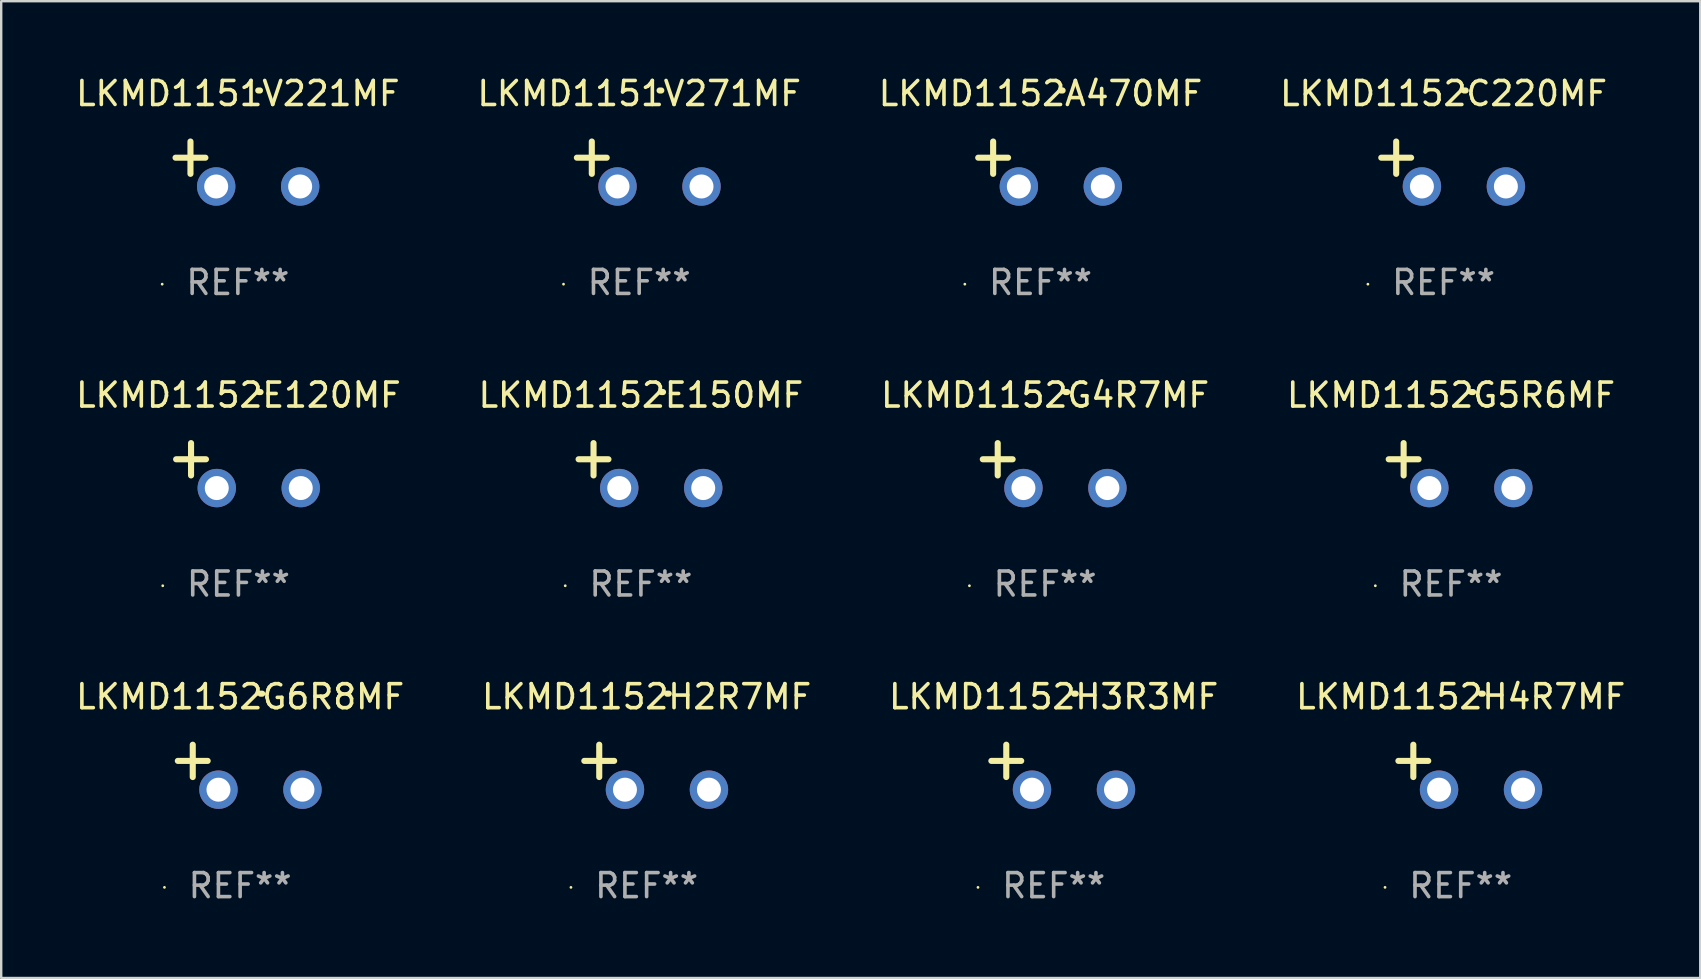
<source format=kicad_pcb>
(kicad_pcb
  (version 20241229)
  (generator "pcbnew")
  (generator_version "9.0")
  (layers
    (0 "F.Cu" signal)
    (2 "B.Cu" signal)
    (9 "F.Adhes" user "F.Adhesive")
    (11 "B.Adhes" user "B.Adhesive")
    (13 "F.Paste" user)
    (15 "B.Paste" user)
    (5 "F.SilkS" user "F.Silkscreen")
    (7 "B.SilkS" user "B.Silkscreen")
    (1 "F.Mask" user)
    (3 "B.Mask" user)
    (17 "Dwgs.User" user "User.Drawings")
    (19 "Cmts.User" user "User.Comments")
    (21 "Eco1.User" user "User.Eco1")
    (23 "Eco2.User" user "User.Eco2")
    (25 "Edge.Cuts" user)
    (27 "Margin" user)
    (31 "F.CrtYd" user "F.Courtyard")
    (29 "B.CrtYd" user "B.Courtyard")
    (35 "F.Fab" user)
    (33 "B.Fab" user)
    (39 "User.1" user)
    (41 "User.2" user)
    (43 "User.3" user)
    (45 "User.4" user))
  (footprint "LKMD1152A470MF"
    (layer "F.Cu")
    (at 40.315 3.785)
    (property "Reference" "LKMD1152A470MF" (at 0 -2.937 0) (layer "F.SilkS") (effects (font (size 1 1) (thickness 0.15))))
    (attr through_hole)
    (fp_line (start -1.975 0.41) (end -1.975 -0.937) (stroke (width 0.254) (type solid)) (layer "F.SilkS"))
    (fp_line (start -1.353 -0.263) (end -2.597 -0.263) (stroke (width 0.254) (type solid)) (layer "F.SilkS"))
    (fp_arc (start 0.849809 -3.063957) (mid 0.885369 -3.064114) (end 0.920929 -3.063957) (stroke (width 0.254001) (type solid)) (layer "F.SilkS"))
    (fp_circle (center -3.154 5.008) (end -3.124 5.008) (stroke (width 0.06) (type solid)) (fill no) (layer "F.SilkS"))
    (fp_text user "REF**" (at 0 4.937 0) (layer "F.Fab") (effects (font (size 1 1) (thickness 0.15))))
    (pad "1" thru_hole circle (at -0.903 0.937) (size 1.6 1.6) (drill 1) (layers "*.Cu" "*.Mask"))
    (pad "2" thru_hole circle (at 2.597 0.937) (size 1.6 1.6) (drill 1) (layers "*.Cu" "*.Mask")))
  (footprint "LKMD1152G5R6MF"
    (layer "F.Cu")
    (at 57.423 16.354)
    (property "Reference" "LKMD1152G5R6MF" (at 0 -2.937 0) (layer "F.SilkS") (effects (font (size 1 1) (thickness 0.15))))
    (attr through_hole)
    (fp_line (start -1.975 0.41) (end -1.975 -0.937) (stroke (width 0.254) (type solid)) (layer "F.SilkS"))
    (fp_line (start -1.353 -0.263) (end -2.597 -0.263) (stroke (width 0.254) (type solid)) (layer "F.SilkS"))
    (fp_arc (start 0.849809 -3.063957) (mid 0.885369 -3.064114) (end 0.920929 -3.063957) (stroke (width 0.254001) (type solid)) (layer "F.SilkS"))
    (fp_circle (center -3.154 5.008) (end -3.124 5.008) (stroke (width 0.06) (type solid)) (fill no) (layer "F.SilkS"))
    (fp_text user "REF**" (at 0 4.937 0) (layer "F.Fab") (effects (font (size 1 1) (thickness 0.15))))
    (pad "1" thru_hole circle (at -0.903 0.937) (size 1.6 1.6) (drill 1) (layers "*.Cu" "*.Mask"))
    (pad "2" thru_hole circle (at 2.597 0.937) (size 1.6 1.6) (drill 1) (layers "*.Cu" "*.Mask")))
  (footprint "LKMD1152E120MF"
    (layer "F.Cu")
    (at 6.887 16.354)
    (property "Reference" "LKMD1152E120MF" (at 0 -2.937 0) (layer "F.SilkS") (effects (font (size 1 1) (thickness 0.15))))
    (attr through_hole)
    (fp_line (start -1.975 0.41) (end -1.975 -0.937) (stroke (width 0.254) (type solid)) (layer "F.SilkS"))
    (fp_line (start -1.353 -0.263) (end -2.597 -0.263) (stroke (width 0.254) (type solid)) (layer "F.SilkS"))
    (fp_arc (start 0.849809 -3.063957) (mid 0.885369 -3.064114) (end 0.920929 -3.063957) (stroke (width 0.254001) (type solid)) (layer "F.SilkS"))
    (fp_circle (center -3.154 5.008) (end -3.124 5.008) (stroke (width 0.06) (type solid)) (fill no) (layer "F.SilkS"))
    (fp_text user "REF**" (at 0 4.937 0) (layer "F.Fab") (effects (font (size 1 1) (thickness 0.15))))
    (pad "1" thru_hole circle (at -0.903 0.937) (size 1.6 1.6) (drill 1) (layers "*.Cu" "*.Mask"))
    (pad "2" thru_hole circle (at 2.597 0.937) (size 1.6 1.6) (drill 1) (layers "*.Cu" "*.Mask")))
  (footprint "LKMD1152H3R3MF"
    (layer "F.Cu")
    (at 40.863 28.924)
    (property "Reference" "LKMD1152H3R3MF" (at 0 -2.937 0) (layer "F.SilkS") (effects (font (size 1 1) (thickness 0.15))))
    (attr through_hole)
    (fp_line (start -1.975 0.41) (end -1.975 -0.937) (stroke (width 0.254) (type solid)) (layer "F.SilkS"))
    (fp_line (start -1.353 -0.263) (end -2.597 -0.263) (stroke (width 0.254) (type solid)) (layer "F.SilkS"))
    (fp_arc (start 0.849809 -3.063957) (mid 0.885369 -3.064114) (end 0.920929 -3.063957) (stroke (width 0.254001) (type solid)) (layer "F.SilkS"))
    (fp_circle (center -3.154 5.008) (end -3.124 5.008) (stroke (width 0.06) (type solid)) (fill no) (layer "F.SilkS"))
    (fp_text user "REF**" (at 0 4.937 0) (layer "F.Fab") (effects (font (size 1 1) (thickness 0.15))))
    (pad "1" thru_hole circle (at -0.903 0.937) (size 1.6 1.6) (drill 1) (layers "*.Cu" "*.Mask"))
    (pad "2" thru_hole circle (at 2.597 0.937) (size 1.6 1.6) (drill 1) (layers "*.Cu" "*.Mask")))
  (footprint "LKMD1152H2R7MF"
    (layer "F.Cu")
    (at 23.899 28.924)
    (property "Reference" "LKMD1152H2R7MF" (at 0 -2.937 0) (layer "F.SilkS") (effects (font (size 1 1) (thickness 0.15))))
    (attr through_hole)
    (fp_line (start -1.975 0.41) (end -1.975 -0.937) (stroke (width 0.254) (type solid)) (layer "F.SilkS"))
    (fp_line (start -1.353 -0.263) (end -2.597 -0.263) (stroke (width 0.254) (type solid)) (layer "F.SilkS"))
    (fp_arc (start 0.849809 -3.063957) (mid 0.885369 -3.064114) (end 0.920929 -3.063957) (stroke (width 0.254001) (type solid)) (layer "F.SilkS"))
    (fp_circle (center -3.154 5.008) (end -3.124 5.008) (stroke (width 0.06) (type solid)) (fill no) (layer "F.SilkS"))
    (fp_text user "REF**" (at 0 4.937 0) (layer "F.Fab") (effects (font (size 1 1) (thickness 0.15))))
    (pad "1" thru_hole circle (at -0.903 0.937) (size 1.6 1.6) (drill 1) (layers "*.Cu" "*.Mask"))
    (pad "2" thru_hole circle (at 2.597 0.937) (size 1.6 1.6) (drill 1) (layers "*.Cu" "*.Mask")))
  (footprint "LKMD1151V221MF"
    (layer "F.Cu")
    (at 6.863 3.785)
    (property "Reference" "LKMD1151V221MF" (at 0 -2.937 0) (layer "F.SilkS") (effects (font (size 1 1) (thickness 0.15))))
    (attr through_hole)
    (fp_line (start -1.975 0.41) (end -1.975 -0.937) (stroke (width 0.254) (type solid)) (layer "F.SilkS"))
    (fp_line (start -1.353 -0.263) (end -2.597 -0.263) (stroke (width 0.254) (type solid)) (layer "F.SilkS"))
    (fp_arc (start 0.849809 -3.063957) (mid 0.885369 -3.064114) (end 0.920929 -3.063957) (stroke (width 0.254001) (type solid)) (layer "F.SilkS"))
    (fp_circle (center -3.154 5.008) (end -3.124 5.008) (stroke (width 0.06) (type solid)) (fill no) (layer "F.SilkS"))
    (fp_text user "REF**" (at 0 4.937 0) (layer "F.Fab") (effects (font (size 1 1) (thickness 0.15))))
    (pad "1" thru_hole circle (at -0.903 0.937) (size 1.6 1.6) (drill 1) (layers "*.Cu" "*.Mask"))
    (pad "2" thru_hole circle (at 2.597 0.937) (size 1.6 1.6) (drill 1) (layers "*.Cu" "*.Mask")))
  (footprint "LKMD1152C220MF"
    (layer "F.Cu")
    (at 57.113 3.785)
    (property "Reference" "LKMD1152C220MF" (at 0 -2.937 0) (layer "F.SilkS") (effects (font (size 1 1) (thickness 0.15))))
    (attr through_hole)
    (fp_line (start -1.975 0.41) (end -1.975 -0.937) (stroke (width 0.254) (type solid)) (layer "F.SilkS"))
    (fp_line (start -1.353 -0.263) (end -2.597 -0.263) (stroke (width 0.254) (type solid)) (layer "F.SilkS"))
    (fp_arc (start 0.849809 -3.063957) (mid 0.885369 -3.064114) (end 0.920929 -3.063957) (stroke (width 0.254001) (type solid)) (layer "F.SilkS"))
    (fp_circle (center -3.154 5.008) (end -3.124 5.008) (stroke (width 0.06) (type solid)) (fill no) (layer "F.SilkS"))
    (fp_text user "REF**" (at 0 4.937 0) (layer "F.Fab") (effects (font (size 1 1) (thickness 0.15))))
    (pad "1" thru_hole circle (at -0.903 0.937) (size 1.6 1.6) (drill 1) (layers "*.Cu" "*.Mask"))
    (pad "2" thru_hole circle (at 2.597 0.937) (size 1.6 1.6) (drill 1) (layers "*.Cu" "*.Mask")))
  (footprint "LKMD1152E150MF"
    (layer "F.Cu")
    (at 23.661 16.354)
    (property "Reference" "LKMD1152E150MF" (at 0 -2.937 0) (layer "F.SilkS") (effects (font (size 1 1) (thickness 0.15))))
    (attr through_hole)
    (fp_line (start -1.975 0.41) (end -1.975 -0.937) (stroke (width 0.254) (type solid)) (layer "F.SilkS"))
    (fp_line (start -1.353 -0.263) (end -2.597 -0.263) (stroke (width 0.254) (type solid)) (layer "F.SilkS"))
    (fp_arc (start 0.849809 -3.063957) (mid 0.885369 -3.064114) (end 0.920929 -3.063957) (stroke (width 0.254001) (type solid)) (layer "F.SilkS"))
    (fp_circle (center -3.154 5.008) (end -3.124 5.008) (stroke (width 0.06) (type solid)) (fill no) (layer "F.SilkS"))
    (fp_text user "REF**" (at 0 4.937 0) (layer "F.Fab") (effects (font (size 1 1) (thickness 0.15))))
    (pad "1" thru_hole circle (at -0.903 0.937) (size 1.6 1.6) (drill 1) (layers "*.Cu" "*.Mask"))
    (pad "2" thru_hole circle (at 2.597 0.937) (size 1.6 1.6) (drill 1) (layers "*.Cu" "*.Mask")))
  (footprint "LKMD1152H4R7MF"
    (layer "F.Cu")
    (at 57.827 28.924)
    (property "Reference" "LKMD1152H4R7MF" (at 0 -2.937 0) (layer "F.SilkS") (effects (font (size 1 1) (thickness 0.15))))
    (attr through_hole)
    (fp_line (start -1.975 0.41) (end -1.975 -0.937) (stroke (width 0.254) (type solid)) (layer "F.SilkS"))
    (fp_line (start -1.353 -0.263) (end -2.597 -0.263) (stroke (width 0.254) (type solid)) (layer "F.SilkS"))
    (fp_arc (start 0.849809 -3.063957) (mid 0.885369 -3.064114) (end 0.920929 -3.063957) (stroke (width 0.254001) (type solid)) (layer "F.SilkS"))
    (fp_circle (center -3.154 5.008) (end -3.124 5.008) (stroke (width 0.06) (type solid)) (fill no) (layer "F.SilkS"))
    (fp_text user "REF**" (at 0 4.937 0) (layer "F.Fab") (effects (font (size 1 1) (thickness 0.15))))
    (pad "1" thru_hole circle (at -0.903 0.937) (size 1.6 1.6) (drill 1) (layers "*.Cu" "*.Mask"))
    (pad "2" thru_hole circle (at 2.597 0.937) (size 1.6 1.6) (drill 1) (layers "*.Cu" "*.Mask")))
  (footprint "LKMD1152G6R8MF"
    (layer "F.Cu")
    (at 6.958 28.924)
    (property "Reference" "LKMD1152G6R8MF" (at 0 -2.937 0) (layer "F.SilkS") (effects (font (size 1 1) (thickness 0.15))))
    (attr through_hole)
    (fp_line (start -1.975 0.41) (end -1.975 -0.937) (stroke (width 0.254) (type solid)) (layer "F.SilkS"))
    (fp_line (start -1.353 -0.263) (end -2.597 -0.263) (stroke (width 0.254) (type solid)) (layer "F.SilkS"))
    (fp_arc (start 0.849809 -3.063957) (mid 0.885369 -3.064114) (end 0.920929 -3.063957) (stroke (width 0.254001) (type solid)) (layer "F.SilkS"))
    (fp_circle (center -3.154 5.008) (end -3.124 5.008) (stroke (width 0.06) (type solid)) (fill no) (layer "F.SilkS"))
    (fp_text user "REF**" (at 0 4.937 0) (layer "F.Fab") (effects (font (size 1 1) (thickness 0.15))))
    (pad "1" thru_hole circle (at -0.903 0.937) (size 1.6 1.6) (drill 1) (layers "*.Cu" "*.Mask"))
    (pad "2" thru_hole circle (at 2.597 0.937) (size 1.6 1.6) (drill 1) (layers "*.Cu" "*.Mask")))
  (footprint "LKMD1152G4R7MF"
    (layer "F.Cu")
    (at 40.506 16.354)
    (property "Reference" "LKMD1152G4R7MF" (at 0 -2.937 0) (layer "F.SilkS") (effects (font (size 1 1) (thickness 0.15))))
    (attr through_hole)
    (fp_line (start -1.975 0.41) (end -1.975 -0.937) (stroke (width 0.254) (type solid)) (layer "F.SilkS"))
    (fp_line (start -1.353 -0.263) (end -2.597 -0.263) (stroke (width 0.254) (type solid)) (layer "F.SilkS"))
    (fp_arc (start 0.849809 -3.063957) (mid 0.885369 -3.064114) (end 0.920929 -3.063957) (stroke (width 0.254001) (type solid)) (layer "F.SilkS"))
    (fp_circle (center -3.154 5.008) (end -3.124 5.008) (stroke (width 0.06) (type solid)) (fill no) (layer "F.SilkS"))
    (fp_text user "REF**" (at 0 4.937 0) (layer "F.Fab") (effects (font (size 1 1) (thickness 0.15))))
    (pad "1" thru_hole circle (at -0.903 0.937) (size 1.6 1.6) (drill 1) (layers "*.Cu" "*.Mask"))
    (pad "2" thru_hole circle (at 2.597 0.937) (size 1.6 1.6) (drill 1) (layers "*.Cu" "*.Mask")))
  (footprint "LKMD1151V271MF"
    (layer "F.Cu")
    (at 23.589 3.785)
    (property "Reference" "LKMD1151V271MF" (at 0 -2.937 0) (layer "F.SilkS") (effects (font (size 1 1) (thickness 0.15))))
    (attr through_hole)
    (fp_line (start -1.975 0.41) (end -1.975 -0.937) (stroke (width 0.254) (type solid)) (layer "F.SilkS"))
    (fp_line (start -1.353 -0.263) (end -2.597 -0.263) (stroke (width 0.254) (type solid)) (layer "F.SilkS"))
    (fp_arc (start 0.849809 -3.063957) (mid 0.885369 -3.064114) (end 0.920929 -3.063957) (stroke (width 0.254001) (type solid)) (layer "F.SilkS"))
    (fp_circle (center -3.154 5.008) (end -3.124 5.008) (stroke (width 0.06) (type solid)) (fill no) (layer "F.SilkS"))
    (fp_text user "REF**" (at 0 4.937 0) (layer "F.Fab") (effects (font (size 1 1) (thickness 0.15))))
    (pad "1" thru_hole circle (at -0.903 0.937) (size 1.6 1.6) (drill 1) (layers "*.Cu" "*.Mask"))
    (pad "2" thru_hole circle (at 2.597 0.937) (size 1.6 1.6) (drill 1) (layers "*.Cu" "*.Mask")))
  (gr_rect
    (start -3 -3)
    (end 67.81 37.709)
    (stroke (width 0.1) (type default))
    (fill no)
    (layer "Edge.Cuts")))
</source>
